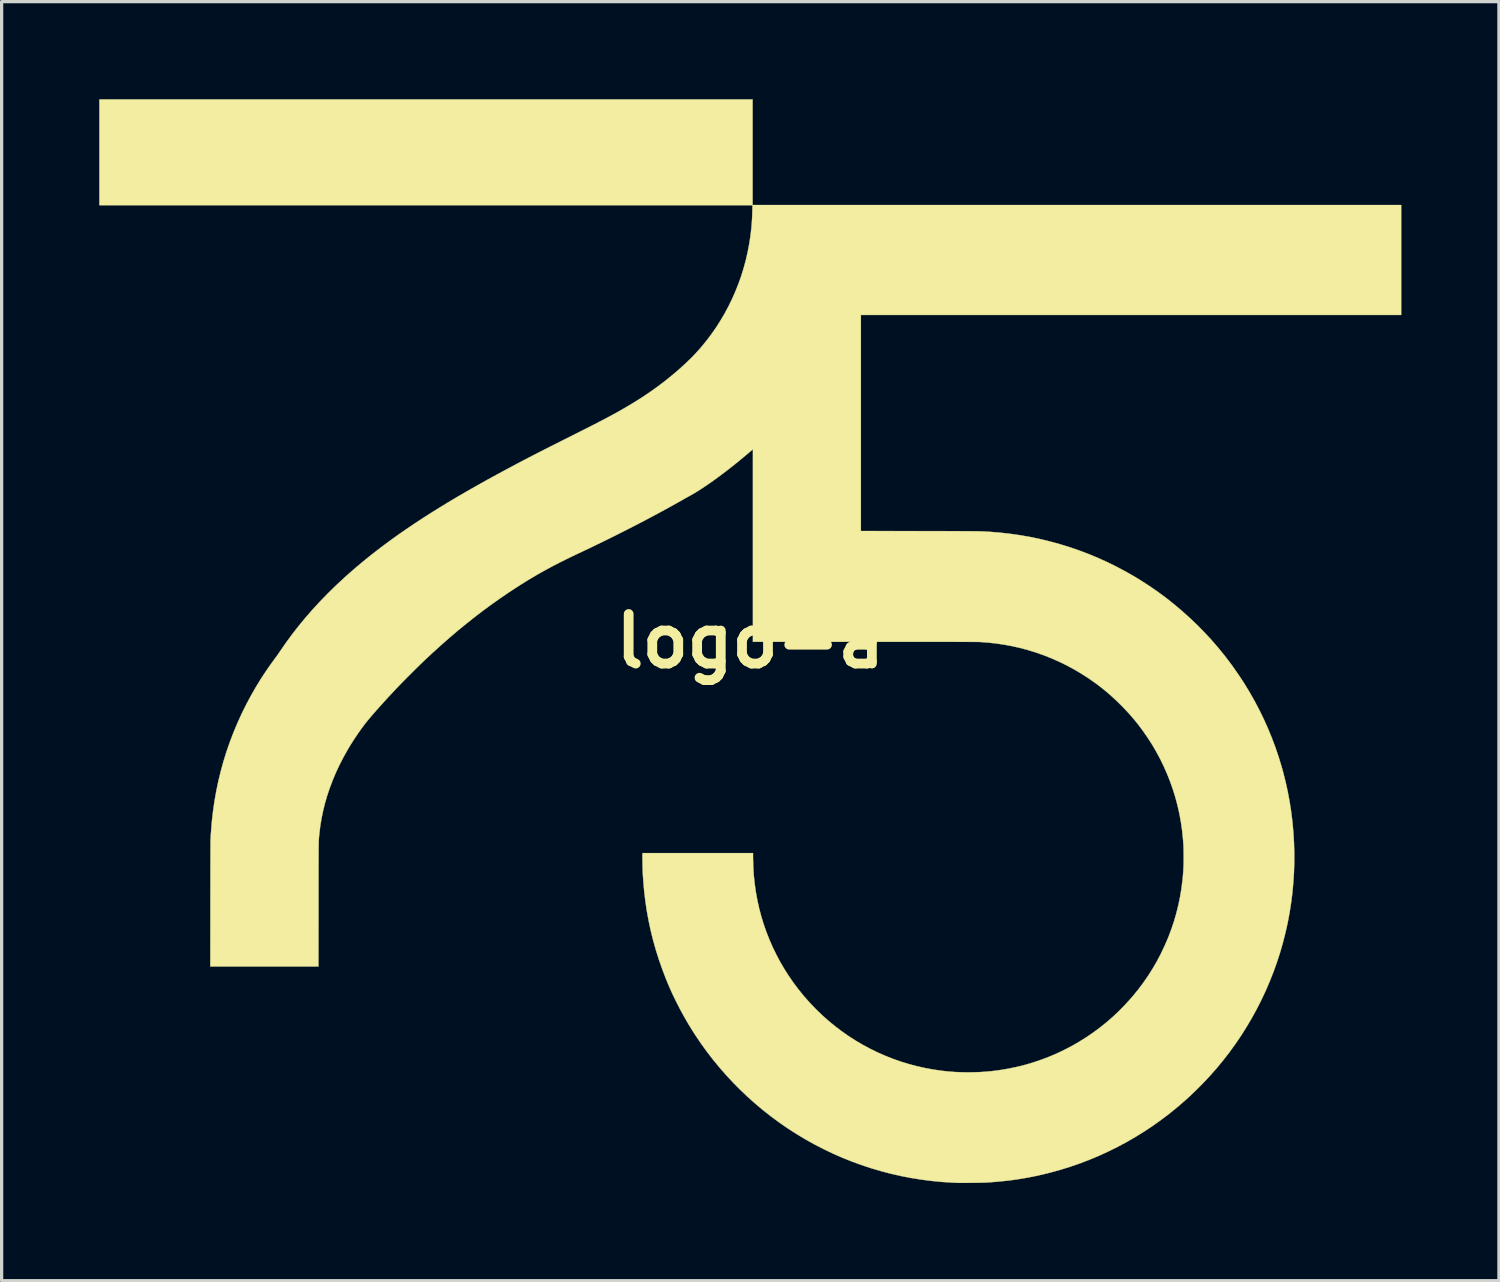
<source format=kicad_pcb>
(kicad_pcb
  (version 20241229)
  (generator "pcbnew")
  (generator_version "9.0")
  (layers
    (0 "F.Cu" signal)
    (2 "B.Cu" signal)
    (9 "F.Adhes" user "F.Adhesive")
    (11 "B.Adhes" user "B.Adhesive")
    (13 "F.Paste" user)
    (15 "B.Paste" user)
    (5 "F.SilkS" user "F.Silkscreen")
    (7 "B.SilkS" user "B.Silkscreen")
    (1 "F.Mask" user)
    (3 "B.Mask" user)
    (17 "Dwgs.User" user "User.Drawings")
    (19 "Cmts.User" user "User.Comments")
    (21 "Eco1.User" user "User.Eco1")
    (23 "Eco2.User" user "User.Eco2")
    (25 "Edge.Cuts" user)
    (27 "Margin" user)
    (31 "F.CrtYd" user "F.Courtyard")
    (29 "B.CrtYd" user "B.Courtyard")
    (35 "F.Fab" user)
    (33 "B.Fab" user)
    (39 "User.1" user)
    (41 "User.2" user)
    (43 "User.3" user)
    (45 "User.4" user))
  (footprint "logo-a"
    (layer "F.Cu")
    (at 20.009 16.655)
    (property "Reference" "logo-a" (at 0 0 0) (layer "F.SilkS") (effects (font (size 1.524 1.524) (thickness 0.3))))
    (attr through_hole)
    (fp_poly (pts (xy 0.071 -13.404) (xy 20.004 -13.404) (xy 20.004 -10.025) (xy 3.399 -10.025) (xy 3.399 -3.385) (xy 5.197 -3.382) (xy 5.359 -3.382) (xy 5.512 -3.382) (xy 5.655 -3.382) (xy 5.789 -3.382) (xy 5.914 -3.382) (xy 6.031 -3.381) (xy 6.14 -3.381) (xy 6.242 -3.381) (xy 6.336 -3.381) (xy 6.423 -3.38) (xy 6.504 -3.38) (xy 6.578 -3.38) (xy 6.647 -3.38) (xy 6.71 -3.379) (xy 6.768 -3.379) (xy 6.821 -3.378) (xy 6.87 -3.378) (xy 6.915 -3.377) (xy 6.957 -3.377) (xy 6.995 -3.376) (xy 7.03 -3.375) (xy 7.062 -3.374) (xy 7.093 -3.374) (xy 7.121 -3.373) (xy 7.148 -3.372) (xy 7.174 -3.37) (xy 7.199 -3.369) (xy 7.224 -3.368) (xy 7.249 -3.367) (xy 7.274 -3.365) (xy 7.3 -3.364) (xy 7.326 -3.362) (xy 7.345 -3.361) (xy 7.661 -3.336) (xy 7.976 -3.301) (xy 8.289 -3.256) (xy 8.6 -3.202) (xy 8.909 -3.137) (xy 9.215 -3.063) (xy 9.519 -2.979) (xy 9.821 -2.886) (xy 10.119 -2.783) (xy 10.414 -2.671) (xy 10.706 -2.549) (xy 10.994 -2.418) (xy 11.278 -2.277) (xy 11.558 -2.127) (xy 11.834 -1.969) (xy 12.019 -1.855) (xy 12.282 -1.685) (xy 12.54 -1.505) (xy 12.793 -1.318) (xy 13.039 -1.122) (xy 13.28 -0.918) (xy 13.515 -0.707) (xy 13.743 -0.488) (xy 13.964 -0.263) (xy 14.179 -0.031) (xy 14.385 0.208) (xy 14.584 0.452) (xy 14.774 0.703) (xy 14.812 0.755) (xy 14.996 1.017) (xy 15.172 1.284) (xy 15.338 1.556) (xy 15.495 1.832) (xy 15.643 2.112) (xy 15.782 2.397) (xy 15.912 2.687) (xy 16.032 2.98) (xy 16.143 3.277) (xy 16.245 3.579) (xy 16.337 3.884) (xy 16.373 4.012) (xy 16.45 4.317) (xy 16.518 4.624) (xy 16.576 4.933) (xy 16.624 5.245) (xy 16.663 5.558) (xy 16.691 5.873) (xy 16.71 6.188) (xy 16.719 6.504) (xy 16.719 6.82) (xy 16.708 7.137) (xy 16.687 7.452) (xy 16.657 7.767) (xy 16.625 8.023) (xy 16.576 8.337) (xy 16.518 8.648) (xy 16.449 8.957) (xy 16.371 9.263) (xy 16.284 9.566) (xy 16.187 9.866) (xy 16.081 10.162) (xy 15.965 10.455) (xy 15.841 10.744) (xy 15.707 11.029) (xy 15.565 11.309) (xy 15.413 11.585) (xy 15.253 11.856) (xy 15.085 12.123) (xy 14.907 12.384) (xy 14.722 12.64) (xy 14.528 12.89) (xy 14.326 13.134) (xy 14.176 13.305) (xy 14.09 13.4) (xy 13.998 13.498) (xy 13.901 13.599) (xy 13.801 13.7) (xy 13.7 13.801) (xy 13.599 13.898) (xy 13.501 13.991) (xy 13.406 14.078) (xy 13.373 14.108) (xy 13.132 14.316) (xy 12.885 14.517) (xy 12.632 14.709) (xy 12.374 14.893) (xy 12.11 15.068) (xy 11.841 15.235) (xy 11.568 15.393) (xy 11.29 15.542) (xy 11.007 15.682) (xy 10.72 15.814) (xy 10.429 15.936) (xy 10.135 16.049) (xy 9.836 16.152) (xy 9.535 16.246) (xy 9.23 16.33) (xy 9.131 16.356) (xy 8.908 16.408) (xy 8.688 16.456) (xy 8.469 16.497) (xy 8.25 16.534) (xy 8.028 16.566) (xy 7.802 16.592) (xy 7.571 16.615) (xy 7.333 16.633) (xy 7.251 16.638) (xy 7.226 16.64) (xy 7.191 16.641) (xy 7.149 16.642) (xy 7.101 16.643) (xy 7.046 16.644) (xy 6.988 16.645) (xy 6.926 16.646) (xy 6.862 16.647) (xy 6.796 16.647) (xy 6.731 16.648) (xy 6.668 16.649) (xy 6.606 16.649) (xy 6.549 16.649) (xy 6.496 16.649) (xy 6.449 16.649) (xy 6.409 16.649) (xy 6.377 16.648) (xy 6.359 16.647) (xy 6.341 16.647) (xy 6.316 16.646) (xy 6.285 16.644) (xy 6.25 16.642) (xy 6.215 16.641) (xy 6.206 16.64) (xy 5.888 16.62) (xy 5.572 16.589) (xy 5.257 16.549) (xy 4.944 16.499) (xy 4.634 16.439) (xy 4.326 16.369) (xy 4.021 16.289) (xy 3.718 16.2) (xy 3.419 16.101) (xy 3.123 15.993) (xy 2.83 15.876) (xy 2.54 15.749) (xy 2.255 15.612) (xy 1.973 15.467) (xy 1.695 15.312) (xy 1.422 15.148) (xy 1.166 14.984) (xy 0.907 14.806) (xy 0.653 14.619) (xy 0.405 14.425) (xy 0.163 14.222) (xy -0.073 14.012) (xy -0.302 13.795) (xy -0.524 13.571) (xy -0.739 13.34) (xy -0.947 13.102) (xy -1.147 12.859) (xy -1.339 12.609) (xy -1.523 12.354) (xy -1.698 12.094) (xy -1.779 11.968) (xy -1.91 11.754) (xy -2.037 11.534) (xy -2.159 11.31) (xy -2.275 11.083) (xy -2.385 10.857) (xy -2.487 10.631) (xy -2.58 10.408) (xy -2.587 10.391) (xy -2.701 10.094) (xy -2.805 9.797) (xy -2.899 9.5) (xy -2.984 9.201) (xy -3.058 8.901) (xy -3.123 8.598) (xy -3.179 8.293) (xy -3.225 7.985) (xy -3.262 7.673) (xy -3.289 7.357) (xy -3.303 7.142) (xy -3.304 7.111) (xy -3.306 7.074) (xy -3.307 7.031) (xy -3.308 6.984) (xy -3.31 6.934) (xy -3.311 6.883) (xy -3.312 6.831) (xy -3.313 6.78) (xy -3.314 6.731) (xy -3.314 6.685) (xy -3.315 6.644) (xy -3.315 6.608) (xy -3.315 6.58) (xy -3.314 6.56) (xy -3.314 6.553) (xy -3.311 6.514) (xy -1.614 6.514) (xy 0.084 6.514) (xy 0.085 6.683) (xy 0.092 6.942) (xy 0.108 7.2) (xy 0.135 7.456) (xy 0.171 7.71) (xy 0.217 7.961) (xy 0.272 8.21) (xy 0.337 8.456) (xy 0.411 8.699) (xy 0.495 8.939) (xy 0.588 9.175) (xy 0.69 9.408) (xy 0.801 9.636) (xy 0.92 9.86) (xy 1.049 10.08) (xy 1.186 10.295) (xy 1.332 10.506) (xy 1.487 10.711) (xy 1.649 10.911) (xy 1.821 11.105) (xy 2 11.293) (xy 2.032 11.326) (xy 2.219 11.505) (xy 2.412 11.676) (xy 2.611 11.839) (xy 2.816 11.994) (xy 3.026 12.141) (xy 3.241 12.279) (xy 3.461 12.408) (xy 3.686 12.529) (xy 3.915 12.641) (xy 4.148 12.743) (xy 4.385 12.837) (xy 4.626 12.922) (xy 4.87 12.997) (xy 5.117 13.063) (xy 5.368 13.119) (xy 5.621 13.166) (xy 5.876 13.203) (xy 5.917 13.208) (xy 6.045 13.222) (xy 6.169 13.233) (xy 6.293 13.242) (xy 6.418 13.247) (xy 6.548 13.251) (xy 6.684 13.252) (xy 6.699 13.252) (xy 6.886 13.25) (xy 7.065 13.244) (xy 7.24 13.232) (xy 7.414 13.216) (xy 7.588 13.195) (xy 7.713 13.177) (xy 7.968 13.133) (xy 8.219 13.079) (xy 8.468 13.016) (xy 8.714 12.943) (xy 8.956 12.86) (xy 9.194 12.769) (xy 9.428 12.669) (xy 9.658 12.559) (xy 9.884 12.441) (xy 10.105 12.314) (xy 10.321 12.179) (xy 10.532 12.035) (xy 10.737 11.884) (xy 10.937 11.724) (xy 11.131 11.556) (xy 11.319 11.38) (xy 11.5 11.196) (xy 11.675 11.005) (xy 11.762 10.904) (xy 11.926 10.703) (xy 12.081 10.496) (xy 12.227 10.285) (xy 12.365 10.067) (xy 12.494 9.845) (xy 12.614 9.617) (xy 12.726 9.383) (xy 12.83 9.144) (xy 12.855 9.082) (xy 12.944 8.845) (xy 13.025 8.604) (xy 13.095 8.359) (xy 13.157 8.111) (xy 13.209 7.86) (xy 13.251 7.608) (xy 13.283 7.354) (xy 13.297 7.215) (xy 13.302 7.15) (xy 13.307 7.09) (xy 13.31 7.033) (xy 13.313 6.977) (xy 13.316 6.921) (xy 13.317 6.863) (xy 13.319 6.801) (xy 13.319 6.733) (xy 13.32 6.657) (xy 13.32 6.631) (xy 13.319 6.556) (xy 13.319 6.49) (xy 13.318 6.431) (xy 13.317 6.376) (xy 13.315 6.325) (xy 13.313 6.274) (xy 13.31 6.223) (xy 13.306 6.169) (xy 13.302 6.111) (xy 13.299 6.082) (xy 13.273 5.824) (xy 13.236 5.567) (xy 13.19 5.313) (xy 13.134 5.062) (xy 13.068 4.814) (xy 12.993 4.569) (xy 12.908 4.327) (xy 12.814 4.088) (xy 12.711 3.854) (xy 12.599 3.623) (xy 12.477 3.397) (xy 12.347 3.175) (xy 12.207 2.958) (xy 12.059 2.745) (xy 11.938 2.584) (xy 11.861 2.486) (xy 11.784 2.393) (xy 11.708 2.303) (xy 11.629 2.214) (xy 11.546 2.125) (xy 11.458 2.033) (xy 11.387 1.961) (xy 11.273 1.849) (xy 11.162 1.745) (xy 11.053 1.646) (xy 10.943 1.552) (xy 10.831 1.46) (xy 10.715 1.37) (xy 10.594 1.28) (xy 10.385 1.134) (xy 10.171 0.997) (xy 9.951 0.867) (xy 9.726 0.746) (xy 9.497 0.634) (xy 9.265 0.531) (xy 9.03 0.437) (xy 8.792 0.353) (xy 8.775 0.347) (xy 8.535 0.274) (xy 8.295 0.209) (xy 8.053 0.154) (xy 7.809 0.109) (xy 7.561 0.072) (xy 7.31 0.044) (xy 7.055 0.025) (xy 7.044 0.025) (xy 7.025 0.025) (xy 6.998 0.024) (xy 6.962 0.024) (xy 6.919 0.024) (xy 6.867 0.023) (xy 6.807 0.023) (xy 6.738 0.023) (xy 6.661 0.022) (xy 6.576 0.022) (xy 6.481 0.022) (xy 6.378 0.022) (xy 6.266 0.021) (xy 6.145 0.021) (xy 6.015 0.021) (xy 5.876 0.021) (xy 5.728 0.021) (xy 5.571 0.021) (xy 5.404 0.021) (xy 5.227 0.02) (xy 5.042 0.02) (xy 4.846 0.02) (xy 4.641 0.02) (xy 4.426 0.02) (xy 4.202 0.02) (xy 3.967 0.02) (xy 3.722 0.02) (xy 3.52 0.02) (xy 0.081 0.021) (xy 0.081 -5.899) (xy -0.006 -5.824) (xy -0.149 -5.703) (xy -0.292 -5.584) (xy -0.434 -5.468) (xy -0.576 -5.355) (xy -0.716 -5.246) (xy -0.854 -5.141) (xy -0.99 -5.039) (xy -1.123 -4.943) (xy -1.252 -4.852) (xy -1.377 -4.766) (xy -1.498 -4.686) (xy -1.614 -4.612) (xy -1.725 -4.544) (xy -1.829 -4.484) (xy -1.903 -4.443) (xy -1.919 -4.434) (xy -1.943 -4.421) (xy -1.973 -4.405) (xy -2.006 -4.386) (xy -2.041 -4.366) (xy -2.077 -4.346) (xy -2.078 -4.345) (xy -2.404 -4.162) (xy -2.736 -3.98) (xy -3.075 -3.798) (xy -3.422 -3.616) (xy -3.776 -3.434) (xy -4.138 -3.251) (xy -4.509 -3.068) (xy -4.889 -2.884) (xy -5.278 -2.699) (xy -5.3 -2.689) (xy -5.5 -2.594) (xy -5.691 -2.5) (xy -5.876 -2.408) (xy -6.054 -2.316) (xy -6.227 -2.223) (xy -6.397 -2.13) (xy -6.564 -2.035) (xy -6.729 -1.937) (xy -6.895 -1.837) (xy -7.062 -1.732) (xy -7.232 -1.623) (xy -7.405 -1.509) (xy -7.406 -1.509) (xy -7.675 -1.325) (xy -7.942 -1.137) (xy -8.207 -0.942) (xy -8.469 -0.742) (xy -8.731 -0.534) (xy -8.993 -0.32) (xy -9.254 -0.097) (xy -9.517 0.134) (xy -9.781 0.374) (xy -9.982 0.561) (xy -10.026 0.603) (xy -10.077 0.652) (xy -10.133 0.706) (xy -10.193 0.765) (xy -10.256 0.827) (xy -10.322 0.892) (xy -10.389 0.958) (xy -10.456 1.026) (xy -10.523 1.092) (xy -10.588 1.158) (xy -10.651 1.221) (xy -10.71 1.282) (xy -10.765 1.338) (xy -10.814 1.389) (xy -10.857 1.434) (xy -10.861 1.438) (xy -10.947 1.529) (xy -11.031 1.62) (xy -11.115 1.71) (xy -11.197 1.799) (xy -11.277 1.886) (xy -11.354 1.972) (xy -11.428 2.055) (xy -11.499 2.134) (xy -11.565 2.21) (xy -11.627 2.282) (xy -11.684 2.349) (xy -11.736 2.411) (xy -11.782 2.467) (xy -11.821 2.516) (xy -11.846 2.548) (xy -11.958 2.699) (xy -12.063 2.847) (xy -12.162 2.994) (xy -12.257 3.142) (xy -12.35 3.295) (xy -12.396 3.374) (xy -12.52 3.598) (xy -12.635 3.823) (xy -12.741 4.051) (xy -12.837 4.281) (xy -12.924 4.511) (xy -13.002 4.743) (xy -13.07 4.975) (xy -13.128 5.208) (xy -13.176 5.44) (xy -13.215 5.673) (xy -13.243 5.905) (xy -13.243 5.909) (xy -13.246 5.931) (xy -13.248 5.95) (xy -13.25 5.969) (xy -13.251 5.987) (xy -13.253 6.004) (xy -13.255 6.022) (xy -13.256 6.039) (xy -13.257 6.057) (xy -13.259 6.076) (xy -13.26 6.096) (xy -13.261 6.117) (xy -13.262 6.14) (xy -13.263 6.166) (xy -13.264 6.194) (xy -13.264 6.225) (xy -13.265 6.259) (xy -13.266 6.297) (xy -13.266 6.338) (xy -13.267 6.384) (xy -13.267 6.434) (xy -13.267 6.489) (xy -13.268 6.549) (xy -13.268 6.615) (xy -13.268 6.687) (xy -13.269 6.765) (xy -13.269 6.849) (xy -13.269 6.941) (xy -13.269 7.039) (xy -13.269 7.145) (xy -13.269 7.259) (xy -13.27 7.381) (xy -13.27 7.512) (xy -13.27 7.651) (xy -13.27 7.8) (xy -13.27 7.959) (xy -13.27 8.098) (xy -13.272 9.999) (xy -16.595 9.999) (xy -16.593 8.07) (xy -16.593 7.884) (xy -16.593 7.709) (xy -16.592 7.543) (xy -16.592 7.387) (xy -16.592 7.241) (xy -16.592 7.104) (xy -16.592 6.976) (xy -16.591 6.857) (xy -16.591 6.747) (xy -16.591 6.646) (xy -16.59 6.553) (xy -16.59 6.468) (xy -16.59 6.392) (xy -16.589 6.324) (xy -16.589 6.264) (xy -16.588 6.211) (xy -16.588 6.166) (xy -16.588 6.128) (xy -16.587 6.098) (xy -16.587 6.075) (xy -16.586 6.058) (xy -16.586 6.051) (xy -16.583 6.013) (xy -16.58 5.97) (xy -16.578 5.926) (xy -16.575 5.887) (xy -16.574 5.876) (xy -16.549 5.557) (xy -16.513 5.24) (xy -16.468 4.925) (xy -16.413 4.612) (xy -16.348 4.302) (xy -16.273 3.994) (xy -16.189 3.689) (xy -16.095 3.388) (xy -15.991 3.089) (xy -15.878 2.794) (xy -15.755 2.502) (xy -15.623 2.213) (xy -15.482 1.929) (xy -15.331 1.648) (xy -15.171 1.371) (xy -15.168 1.367) (xy -15.065 1.199) (xy -14.96 1.035) (xy -14.851 0.873) (xy -14.737 0.71) (xy -14.617 0.544) (xy -14.602 0.524) (xy -14.576 0.489) (xy -14.547 0.449) (xy -14.518 0.409) (xy -14.491 0.37) (xy -14.468 0.336) (xy -14.46 0.324) (xy -14.277 0.059) (xy -14.085 -0.203) (xy -13.885 -0.461) (xy -13.675 -0.715) (xy -13.456 -0.967) (xy -13.227 -1.215) (xy -12.989 -1.461) (xy -12.742 -1.703) (xy -12.484 -1.943) (xy -12.304 -2.104) (xy -12.108 -2.274) (xy -11.907 -2.442) (xy -11.7 -2.61) (xy -11.488 -2.776) (xy -11.27 -2.942) (xy -11.045 -3.108) (xy -10.814 -3.274) (xy -10.576 -3.439) (xy -10.331 -3.605) (xy -10.078 -3.771) (xy -9.817 -3.938) (xy -9.549 -4.105) (xy -9.272 -4.274) (xy -8.986 -4.444) (xy -8.691 -4.615) (xy -8.387 -4.788) (xy -8.073 -4.963) (xy -8.046 -4.978) (xy -7.889 -5.064) (xy -7.735 -5.148) (xy -7.582 -5.231) (xy -7.429 -5.313) (xy -7.277 -5.394) (xy -7.123 -5.476) (xy -6.967 -5.558) (xy -6.808 -5.641) (xy -6.645 -5.725) (xy -6.477 -5.811) (xy -6.303 -5.9) (xy -6.123 -5.991) (xy -5.936 -6.085) (xy -5.741 -6.184) (xy -5.724 -6.192) (xy -5.58 -6.264) (xy -5.445 -6.332) (xy -5.318 -6.396) (xy -5.198 -6.456) (xy -5.086 -6.513) (xy -4.981 -6.566) (xy -4.883 -6.616) (xy -4.79 -6.663) (xy -4.703 -6.708) (xy -4.621 -6.751) (xy -4.543 -6.791) (xy -4.47 -6.829) (xy -4.4 -6.866) (xy -4.334 -6.901) (xy -4.27 -6.936) (xy -4.209 -6.969) (xy -4.15 -7.001) (xy -4.092 -7.033) (xy -4.035 -7.065) (xy -3.979 -7.097) (xy -3.923 -7.129) (xy -3.866 -7.162) (xy -3.811 -7.194) (xy -3.553 -7.349) (xy -3.304 -7.507) (xy -3.064 -7.669) (xy -2.832 -7.835) (xy -2.607 -8.006) (xy -2.39 -8.182) (xy -2.178 -8.363) (xy -1.973 -8.551) (xy -1.821 -8.697) (xy -1.787 -8.731) (xy -1.748 -8.772) (xy -1.705 -8.817) (xy -1.66 -8.866) (xy -1.615 -8.916) (xy -1.569 -8.967) (xy -1.526 -9.016) (xy -1.506 -9.039) (xy -1.348 -9.232) (xy -1.197 -9.431) (xy -1.053 -9.637) (xy -0.918 -9.849) (xy -0.79 -10.066) (xy -0.671 -10.288) (xy -0.56 -10.515) (xy -0.458 -10.746) (xy -0.364 -10.982) (xy -0.279 -11.221) (xy -0.204 -11.464) (xy -0.137 -11.71) (xy -0.08 -11.958) (xy -0.032 -12.209) (xy 0.007 -12.462) (xy 0.007 -12.466) (xy 0.021 -12.581) (xy 0.033 -12.693) (xy 0.043 -12.805) (xy 0.051 -12.917) (xy 0.057 -13.034) (xy 0.062 -13.156) (xy 0.064 -13.242) (xy 0.068 -13.399) (xy -20.004 -13.399) (xy -20.004 -16.65) (xy 0.071 -16.65) (xy 0.071 -13.404)) (stroke (width 0.01) (type solid)) (fill yes) (layer "F.SilkS")))
  (gr_rect
    (start -3 -3)
    (end 43.018 36.31)
    (stroke (width 0.1) (type default))
    (fill no)
    (layer "Edge.Cuts")))
</source>
